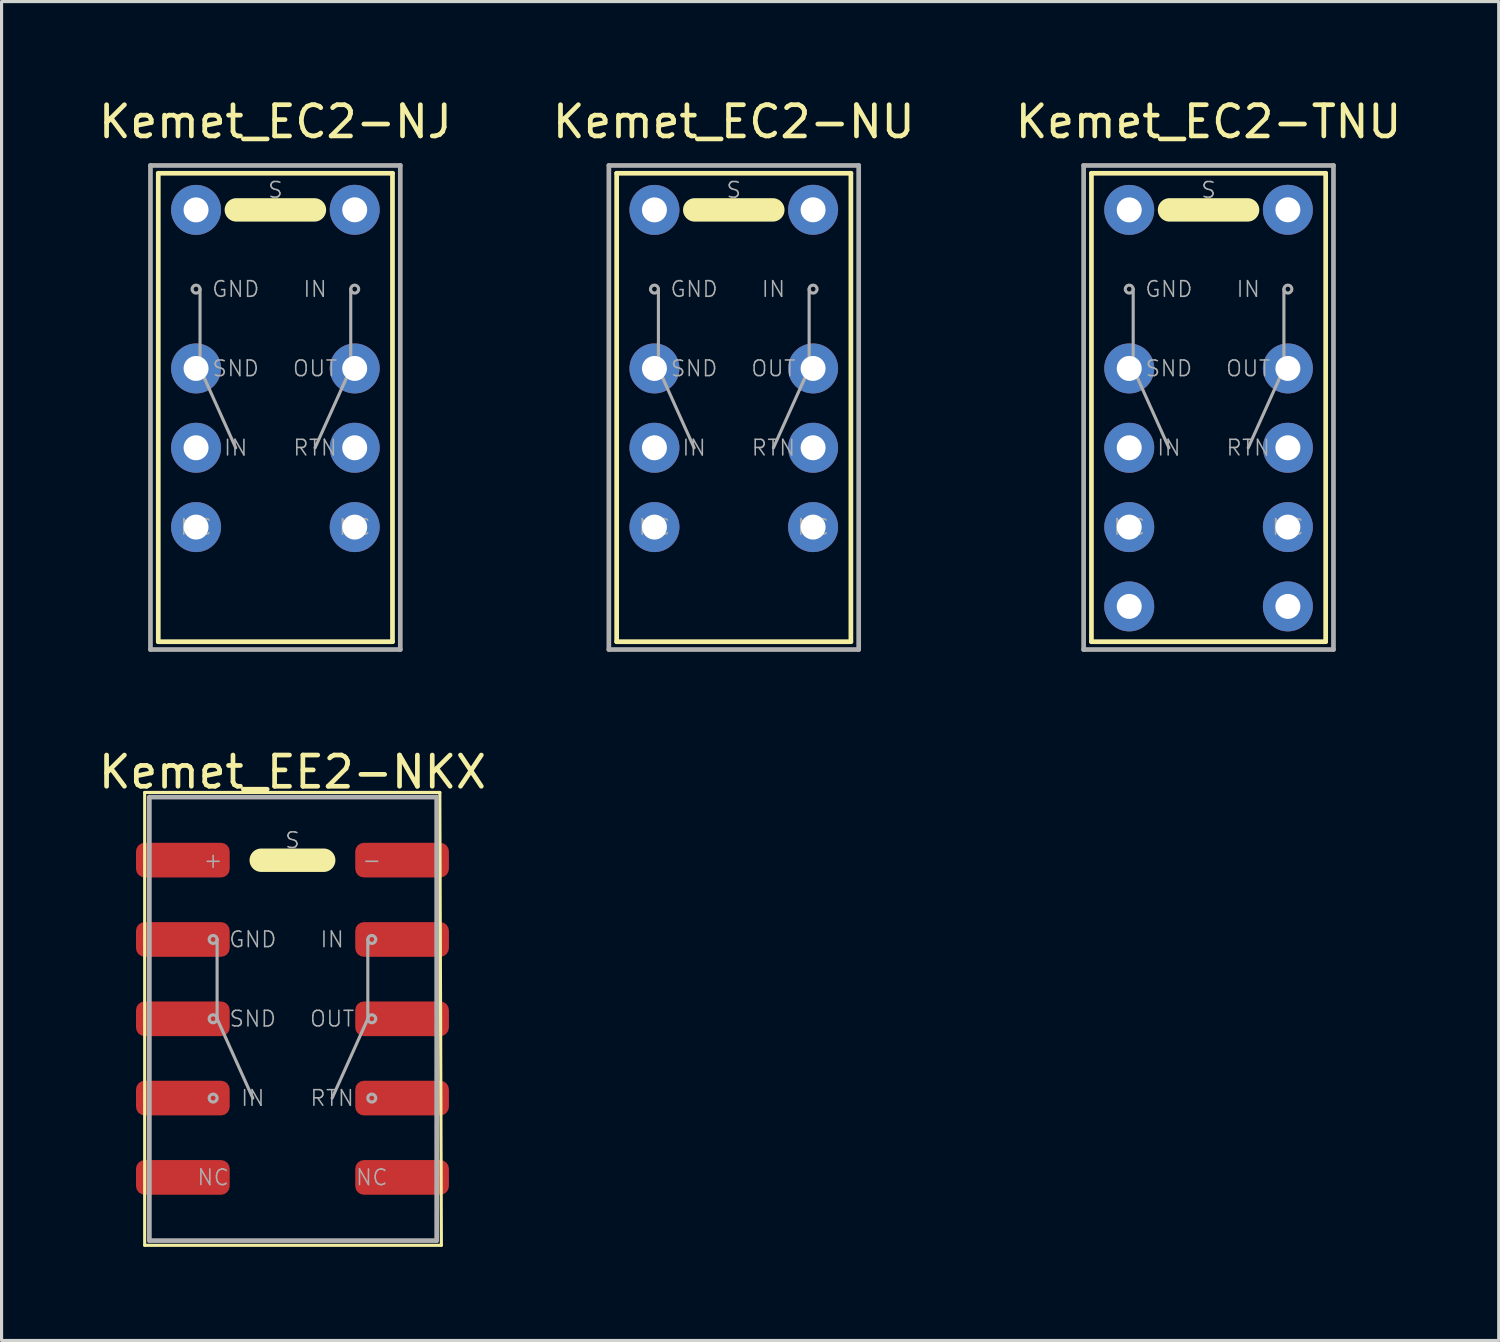
<source format=kicad_pcb>
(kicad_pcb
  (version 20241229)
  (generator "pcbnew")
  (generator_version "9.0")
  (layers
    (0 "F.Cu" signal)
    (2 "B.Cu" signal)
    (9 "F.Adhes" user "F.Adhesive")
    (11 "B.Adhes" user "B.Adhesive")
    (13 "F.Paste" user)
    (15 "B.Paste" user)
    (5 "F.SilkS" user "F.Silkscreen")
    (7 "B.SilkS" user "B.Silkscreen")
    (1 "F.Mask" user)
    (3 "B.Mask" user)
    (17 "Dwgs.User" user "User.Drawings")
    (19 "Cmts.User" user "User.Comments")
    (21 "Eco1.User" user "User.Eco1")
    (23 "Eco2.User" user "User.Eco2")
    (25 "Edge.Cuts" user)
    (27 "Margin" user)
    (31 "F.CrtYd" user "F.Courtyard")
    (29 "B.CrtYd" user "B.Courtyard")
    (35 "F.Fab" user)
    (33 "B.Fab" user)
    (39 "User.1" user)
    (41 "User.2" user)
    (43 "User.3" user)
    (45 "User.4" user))
  (footprint "Kemet_EE2-NKX"
    (layer "F.Cu")
    (at 6.315 29.572)
    (property "Reference" "Kemet_EE2-NKX" (at 0 -7.9 0) (layer "F.SilkS") (effects (font (size 1 1) (thickness 0.15))))
    (attr through_hole)
    (fp_line (start -4.732 -7.247) (end -4.732 7.253) (stroke (width 0.1) (type solid)) (layer "F.SilkS"))
    (fp_line (start 1 -5.077) (end -1 -5.077) (stroke (width 0.75) (type solid)) (layer "F.SilkS"))
    (fp_line (start 4.718 -7.247) (end -4.732 -7.247) (stroke (width 0.1) (type solid)) (layer "F.SilkS"))
    (fp_line (start 4.718 -7.247) (end 4.768 7.253) (stroke (width 0.1) (type solid)) (layer "F.SilkS"))
    (fp_line (start 4.768 7.253) (end -4.732 7.253) (stroke (width 0.1) (type solid)) (layer "F.SilkS"))
    (fp_line (start -4.582 -7.097) (end -4.582 7.103) (stroke (width 0.15) (type solid)) (layer "F.Fab"))
    (fp_line (start -4.582 7.103) (end 4.618 7.103) (stroke (width 0.15) (type solid)) (layer "F.Fab"))
    (fp_line (start -2.413 0) (end -2.413 -2.54) (stroke (width 0.1) (type solid)) (layer "F.Fab"))
    (fp_line (start -2.413 0) (end -1.27 2.54) (stroke (width 0.1) (type solid)) (layer "F.Fab"))
    (fp_line (start 2.413 0) (end 1.27 2.54) (stroke (width 0.1) (type solid)) (layer "F.Fab"))
    (fp_line (start 2.413 0) (end 2.413 -2.54) (stroke (width 0.1) (type solid)) (layer "F.Fab"))
    (fp_line (start 4.618 -7.097) (end -4.582 -7.097) (stroke (width 0.15) (type solid)) (layer "F.Fab"))
    (fp_line (start 4.618 7.103) (end 4.618 -7.097) (stroke (width 0.15) (type solid)) (layer "F.Fab"))
    (fp_circle (center -2.54 -2.54) (end -2.54 -2.413) (stroke (width 0.1) (type solid)) (fill no) (layer "F.Fab"))
    (fp_circle (center -2.54 0) (end -2.54 -0.127) (stroke (width 0.1) (type solid)) (fill no) (layer "F.Fab"))
    (fp_circle (center -2.54 2.54) (end -2.54 2.413) (stroke (width 0.1) (type solid)) (fill no) (layer "F.Fab"))
    (fp_circle (center 2.54 -2.54) (end 2.54 -2.667) (stroke (width 0.1) (type solid)) (fill no) (layer "F.Fab"))
    (fp_circle (center 2.54 0) (end 2.54 -0.127) (stroke (width 0.1) (type solid)) (fill no) (layer "F.Fab"))
    (fp_circle (center 2.54 2.54) (end 2.54 2.413) (stroke (width 0.1) (type solid)) (fill no) (layer "F.Fab"))
    (fp_text user "OUT" (at 1.27 0 0) (layer "F.Fab") (effects (font (size 0.5 0.5) (thickness 0.05))))
    (fp_text user "NC" (at 2.54 5.08 0) (layer "F.Fab") (effects (font (size 0.5 0.5) (thickness 0.05))))
    (fp_text user "IN" (at -1.27 2.54 0) (layer "F.Fab") (effects (font (size 0.5 0.5) (thickness 0.05))))
    (fp_text user "RTN" (at 1.27 2.54 0) (layer "F.Fab") (effects (font (size 0.5 0.5) (thickness 0.05))))
    (fp_text user "+" (at -2.54 -5.08 0) (layer "F.Fab") (effects (font (size 0.5 0.5) (thickness 0.05))))
    (fp_text user "SND" (at -1.27 0 0) (layer "F.Fab") (effects (font (size 0.5 0.5) (thickness 0.05))))
    (fp_text user "IN" (at 1.27 -2.54 0) (layer "F.Fab") (effects (font (size 0.5 0.5) (thickness 0.05))))
    (fp_text user "-" (at 2.54 -5.08 0) (layer "F.Fab") (effects (font (size 0.5 0.5) (thickness 0.05))))
    (fp_text user "NC" (at -2.54 5.08 0) (layer "F.Fab") (effects (font (size 0.5 0.5) (thickness 0.05))))
    (fp_text user "GND" (at -1.27 -2.54 0) (layer "F.Fab") (effects (font (size 0.5 0.5) (thickness 0.05))))
    (fp_text user "S" (at 0 -5.715 0) (layer "F.Fab") (effects (font (size 0.5 0.5) (thickness 0.05))))
    (pad "1" smd roundrect (at -3.51 -5.08) (size 3 1.11) (layers "F.Cu" "F.Mask" "F.Paste") (roundrect_rratio 0.25))
    (pad "2" smd roundrect (at -3.51 -2.54) (size 3 1.11) (layers "F.Cu" "F.Mask" "F.Paste") (roundrect_rratio 0.25))
    (pad "3" smd roundrect (at -3.51 0) (size 3 1.11) (layers "F.Cu" "F.Mask" "F.Paste") (roundrect_rratio 0.25))
    (pad "4" smd roundrect (at -3.51 2.54) (size 3 1.11) (layers "F.Cu" "F.Mask" "F.Paste") (roundrect_rratio 0.25))
    (pad "5" smd roundrect (at -3.51 5.08) (size 3 1.11) (layers "F.Cu" "F.Mask" "F.Paste") (roundrect_rratio 0.25))
    (pad "6" smd roundrect (at 3.51 5.08) (size 3 1.11) (layers "F.Cu" "F.Mask" "F.Paste") (roundrect_rratio 0.25))
    (pad "7" smd roundrect (at 3.51 2.54) (size 3 1.11) (layers "F.Cu" "F.Mask" "F.Paste") (roundrect_rratio 0.25))
    (pad "8" smd roundrect (at 3.51 0) (size 3 1.11) (layers "F.Cu" "F.Mask" "F.Paste") (roundrect_rratio 0.25))
    (pad "9" smd roundrect (at 3.51 -2.54) (size 3 1.11) (layers "F.Cu" "F.Mask" "F.Paste") (roundrect_rratio 0.25))
    (pad "10" smd roundrect (at 3.51 -5.08) (size 3 1.11) (layers "F.Cu" "F.Mask" "F.Paste") (roundrect_rratio 0.25)))
  (footprint "Kemet_EC2-NU"
    (layer "F.Cu")
    (at 20.446 8.748)
    (property "Reference" "Kemet_EC2-NU" (at 0 -7.9 0) (layer "F.SilkS") (effects (font (size 1 1) (thickness 0.15))))
    (attr through_hole)
    (fp_line (start -3.75 -6.25) (end 3.75 -6.25) (stroke (width 0.15) (type solid)) (layer "F.SilkS"))
    (fp_line (start -3.75 8.75) (end -3.75 -6.25) (stroke (width 0.15) (type solid)) (layer "F.SilkS"))
    (fp_line (start 1.25 -5.077) (end -1.25 -5.077) (stroke (width 0.75) (type solid)) (layer "F.SilkS"))
    (fp_line (start 3.75 -6.25) (end 3.75 8.75) (stroke (width 0.15) (type solid)) (layer "F.SilkS"))
    (fp_line (start 3.75 8.75) (end -3.75 8.75) (stroke (width 0.15) (type solid)) (layer "F.SilkS"))
    (fp_line (start -4 -6.5) (end -4 9) (stroke (width 0.15) (type solid)) (layer "F.Fab"))
    (fp_line (start -4 9) (end 4 9) (stroke (width 0.15) (type solid)) (layer "F.Fab"))
    (fp_line (start -2.413 0) (end -2.413 -2.54) (stroke (width 0.1) (type solid)) (layer "F.Fab"))
    (fp_line (start -2.413 0) (end -1.27 2.54) (stroke (width 0.1) (type solid)) (layer "F.Fab"))
    (fp_line (start 2.413 0) (end 1.27 2.54) (stroke (width 0.1) (type solid)) (layer "F.Fab"))
    (fp_line (start 2.413 0) (end 2.413 -2.54) (stroke (width 0.1) (type solid)) (layer "F.Fab"))
    (fp_line (start 4 -6.5) (end -4 -6.5) (stroke (width 0.15) (type solid)) (layer "F.Fab"))
    (fp_line (start 4 9) (end 4 -6.5) (stroke (width 0.15) (type solid)) (layer "F.Fab"))
    (fp_circle (center -2.54 -2.54) (end -2.54 -2.413) (stroke (width 0.1) (type solid)) (fill no) (layer "F.Fab"))
    (fp_circle (center -2.54 0) (end -2.54 -0.127) (stroke (width 0.1) (type solid)) (fill no) (layer "F.Fab"))
    (fp_circle (center -2.54 2.54) (end -2.54 2.413) (stroke (width 0.1) (type solid)) (fill no) (layer "F.Fab"))
    (fp_circle (center 2.54 -2.54) (end 2.54 -2.667) (stroke (width 0.1) (type solid)) (fill no) (layer "F.Fab"))
    (fp_circle (center 2.54 0) (end 2.54 -0.127) (stroke (width 0.1) (type solid)) (fill no) (layer "F.Fab"))
    (fp_circle (center 2.54 2.54) (end 2.54 2.413) (stroke (width 0.1) (type solid)) (fill no) (layer "F.Fab"))
    (fp_text user "+" (at -2.54 -5.08 0) (layer "F.Fab") (effects (font (size 0.5 0.5) (thickness 0.05))))
    (fp_text user "GND" (at -1.27 -2.54 0) (layer "F.Fab") (effects (font (size 0.5 0.5) (thickness 0.05))))
    (fp_text user "-" (at 2.54 -5.08 0) (layer "F.Fab") (effects (font (size 0.5 0.5) (thickness 0.05))))
    (fp_text user "S" (at 0 -5.715 0) (layer "F.Fab") (effects (font (size 0.5 0.5) (thickness 0.05))))
    (fp_text user "OUT" (at 1.27 0 0) (layer "F.Fab") (effects (font (size 0.5 0.5) (thickness 0.05))))
    (fp_text user "IN" (at -1.27 2.54 0) (layer "F.Fab") (effects (font (size 0.5 0.5) (thickness 0.05))))
    (fp_text user "SND" (at -1.27 0 0) (layer "F.Fab") (effects (font (size 0.5 0.5) (thickness 0.05))))
    (fp_text user "IN" (at 1.27 -2.54 0) (layer "F.Fab") (effects (font (size 0.5 0.5) (thickness 0.05))))
    (fp_text user "NC" (at -2.54 5.08 0) (layer "F.Fab") (effects (font (size 0.5 0.5) (thickness 0.05))))
    (fp_text user "RTN" (at 1.27 2.54 0) (layer "F.Fab") (effects (font (size 0.5 0.5) (thickness 0.05))))
    (fp_text user "NC" (at 2.54 5.08 0) (layer "F.Fab") (effects (font (size 0.5 0.5) (thickness 0.05))))
    (pad "1" thru_hole circle (at -2.54 -5.077) (size 1.6 1.6) (drill 0.8) (layers "*.Cu" "*.Mask"))
    (pad "3" thru_hole circle (at -2.54 0) (size 1.6 1.6) (drill 0.8) (layers "*.Cu" "*.Mask"))
    (pad "4" thru_hole circle (at -2.54 2.54) (size 1.6 1.6) (drill 0.8) (layers "*.Cu" "*.Mask"))
    (pad "5" thru_hole circle (at -2.54 5.08) (size 1.6 1.6) (drill 0.8) (layers "*.Cu" "*.Mask"))
    (pad "6" thru_hole circle (at 2.54 5.08) (size 1.6 1.6) (drill 0.8) (layers "*.Cu" "*.Mask"))
    (pad "7" thru_hole circle (at 2.54 2.54) (size 1.6 1.6) (drill 0.8) (layers "*.Cu" "*.Mask"))
    (pad "8" thru_hole circle (at 2.54 0) (size 1.6 1.6) (drill 0.8) (layers "*.Cu" "*.Mask"))
    (pad "10" thru_hole circle (at 2.54 -5.08) (size 1.6 1.6) (drill 0.8) (layers "*.Cu" "*.Mask")))
  (footprint "Kemet_EC2-NJ"
    (layer "F.Cu")
    (at 5.768 8.748)
    (property "Reference" "Kemet_EC2-NJ" (at 0 -7.9 0) (layer "F.SilkS") (effects (font (size 1 1) (thickness 0.15))))
    (attr through_hole)
    (fp_line (start -3.75 -6.25) (end 3.75 -6.25) (stroke (width 0.15) (type solid)) (layer "F.SilkS"))
    (fp_line (start -3.75 8.75) (end -3.75 -6.25) (stroke (width 0.15) (type solid)) (layer "F.SilkS"))
    (fp_line (start 1.25 -5.077) (end -1.25 -5.077) (stroke (width 0.75) (type solid)) (layer "F.SilkS"))
    (fp_line (start 3.75 -6.25) (end 3.75 8.75) (stroke (width 0.15) (type solid)) (layer "F.SilkS"))
    (fp_line (start 3.75 8.75) (end -3.75 8.75) (stroke (width 0.15) (type solid)) (layer "F.SilkS"))
    (fp_line (start -4 -6.5) (end -4 9) (stroke (width 0.15) (type solid)) (layer "F.Fab"))
    (fp_line (start -4 9) (end 4 9) (stroke (width 0.15) (type solid)) (layer "F.Fab"))
    (fp_line (start -2.413 0) (end -2.413 -2.54) (stroke (width 0.1) (type solid)) (layer "F.Fab"))
    (fp_line (start -2.413 0) (end -1.27 2.54) (stroke (width 0.1) (type solid)) (layer "F.Fab"))
    (fp_line (start 2.413 0) (end 1.27 2.54) (stroke (width 0.1) (type solid)) (layer "F.Fab"))
    (fp_line (start 2.413 0) (end 2.413 -2.54) (stroke (width 0.1) (type solid)) (layer "F.Fab"))
    (fp_line (start 4 -6.5) (end -4 -6.5) (stroke (width 0.15) (type solid)) (layer "F.Fab"))
    (fp_line (start 4 9) (end 4 -6.5) (stroke (width 0.15) (type solid)) (layer "F.Fab"))
    (fp_circle (center -2.54 -2.54) (end -2.54 -2.413) (stroke (width 0.1) (type solid)) (fill no) (layer "F.Fab"))
    (fp_circle (center -2.54 0) (end -2.54 -0.127) (stroke (width 0.1) (type solid)) (fill no) (layer "F.Fab"))
    (fp_circle (center -2.54 2.54) (end -2.54 2.413) (stroke (width 0.1) (type solid)) (fill no) (layer "F.Fab"))
    (fp_circle (center 2.54 -2.54) (end 2.54 -2.667) (stroke (width 0.1) (type solid)) (fill no) (layer "F.Fab"))
    (fp_circle (center 2.54 0) (end 2.54 -0.127) (stroke (width 0.1) (type solid)) (fill no) (layer "F.Fab"))
    (fp_circle (center 2.54 2.54) (end 2.54 2.413) (stroke (width 0.1) (type solid)) (fill no) (layer "F.Fab"))
    (fp_text user "OUT" (at 1.27 0 0) (layer "F.Fab") (effects (font (size 0.5 0.5) (thickness 0.05))))
    (fp_text user "IN" (at -1.27 2.54 0) (layer "F.Fab") (effects (font (size 0.5 0.5) (thickness 0.05))))
    (fp_text user "NC" (at 2.54 5.08 0) (layer "F.Fab") (effects (font (size 0.5 0.5) (thickness 0.05))))
    (fp_text user "+" (at -2.54 -5.08 0) (layer "F.Fab") (effects (font (size 0.5 0.5) (thickness 0.05))))
    (fp_text user "GND" (at -1.27 -2.54 0) (layer "F.Fab") (effects (font (size 0.5 0.5) (thickness 0.05))))
    (fp_text user "SND" (at -1.27 0 0) (layer "F.Fab") (effects (font (size 0.5 0.5) (thickness 0.05))))
    (fp_text user "S" (at 0 -5.715 0) (layer "F.Fab") (effects (font (size 0.5 0.5) (thickness 0.05))))
    (fp_text user "NC" (at -2.54 5.08 0) (layer "F.Fab") (effects (font (size 0.5 0.5) (thickness 0.05))))
    (fp_text user "IN" (at 1.27 -2.54 0) (layer "F.Fab") (effects (font (size 0.5 0.5) (thickness 0.05))))
    (fp_text user "-" (at 2.54 -5.08 0) (layer "F.Fab") (effects (font (size 0.5 0.5) (thickness 0.05))))
    (fp_text user "RTN" (at 1.27 2.54 0) (layer "F.Fab") (effects (font (size 0.5 0.5) (thickness 0.05))))
    (pad "1" thru_hole circle (at -2.54 -5.077) (size 1.6 1.6) (drill 0.8) (layers "*.Cu" "*.Mask"))
    (pad "3" thru_hole circle (at -2.54 0) (size 1.6 1.6) (drill 0.8) (layers "*.Cu" "*.Mask"))
    (pad "4" thru_hole circle (at -2.54 2.54) (size 1.6 1.6) (drill 0.8) (layers "*.Cu" "*.Mask"))
    (pad "5" thru_hole circle (at -2.54 5.08) (size 1.6 1.6) (drill 0.8) (layers "*.Cu" "*.Mask"))
    (pad "6" thru_hole circle (at 2.54 5.08) (size 1.6 1.6) (drill 0.8) (layers "*.Cu" "*.Mask"))
    (pad "7" thru_hole circle (at 2.54 2.54) (size 1.6 1.6) (drill 0.8) (layers "*.Cu" "*.Mask"))
    (pad "8" thru_hole circle (at 2.54 0) (size 1.6 1.6) (drill 0.8) (layers "*.Cu" "*.Mask"))
    (pad "10" thru_hole circle (at 2.54 -5.08) (size 1.6 1.6) (drill 0.8) (layers "*.Cu" "*.Mask")))
  (footprint "Kemet_EC2-TNU"
    (layer "F.Cu")
    (at 35.649 8.748)
    (property "Reference" "Kemet_EC2-TNU" (at 0 -7.9 0) (layer "F.SilkS") (effects (font (size 1 1) (thickness 0.15))))
    (attr through_hole)
    (fp_line (start -3.75 -6.25) (end 3.75 -6.25) (stroke (width 0.15) (type solid)) (layer "F.SilkS"))
    (fp_line (start -3.75 8.75) (end -3.75 -6.25) (stroke (width 0.15) (type solid)) (layer "F.SilkS"))
    (fp_line (start 1.25 -5.077) (end -1.25 -5.077) (stroke (width 0.75) (type solid)) (layer "F.SilkS"))
    (fp_line (start 3.75 -6.25) (end 3.75 8.75) (stroke (width 0.15) (type solid)) (layer "F.SilkS"))
    (fp_line (start 3.75 8.75) (end -3.75 8.75) (stroke (width 0.15) (type solid)) (layer "F.SilkS"))
    (fp_line (start -4 -6.5) (end -4 9) (stroke (width 0.15) (type solid)) (layer "F.Fab"))
    (fp_line (start -4 9) (end 4 9) (stroke (width 0.15) (type solid)) (layer "F.Fab"))
    (fp_line (start -2.413 0) (end -2.413 -2.54) (stroke (width 0.1) (type solid)) (layer "F.Fab"))
    (fp_line (start -2.413 0) (end -1.27 2.54) (stroke (width 0.1) (type solid)) (layer "F.Fab"))
    (fp_line (start 2.413 0) (end 1.27 2.54) (stroke (width 0.1) (type solid)) (layer "F.Fab"))
    (fp_line (start 2.413 0) (end 2.413 -2.54) (stroke (width 0.1) (type solid)) (layer "F.Fab"))
    (fp_line (start 4 -6.5) (end -4 -6.5) (stroke (width 0.15) (type solid)) (layer "F.Fab"))
    (fp_line (start 4 9) (end 4 -6.5) (stroke (width 0.15) (type solid)) (layer "F.Fab"))
    (fp_circle (center -2.54 -2.54) (end -2.54 -2.413) (stroke (width 0.1) (type solid)) (fill no) (layer "F.Fab"))
    (fp_circle (center -2.54 0) (end -2.54 -0.127) (stroke (width 0.1) (type solid)) (fill no) (layer "F.Fab"))
    (fp_circle (center -2.54 2.54) (end -2.54 2.413) (stroke (width 0.1) (type solid)) (fill no) (layer "F.Fab"))
    (fp_circle (center 2.54 -2.54) (end 2.54 -2.667) (stroke (width 0.1) (type solid)) (fill no) (layer "F.Fab"))
    (fp_circle (center 2.54 0) (end 2.54 -0.127) (stroke (width 0.1) (type solid)) (fill no) (layer "F.Fab"))
    (fp_circle (center 2.54 2.54) (end 2.54 2.413) (stroke (width 0.1) (type solid)) (fill no) (layer "F.Fab"))
    (fp_text user "RTN" (at 1.27 2.54 0) (layer "F.Fab") (effects (font (size 0.5 0.5) (thickness 0.05))))
    (fp_text user "+" (at -2.54 -5.08 0) (layer "F.Fab") (effects (font (size 0.5 0.5) (thickness 0.05))))
    (fp_text user "SND" (at -1.27 0 0) (layer "F.Fab") (effects (font (size 0.5 0.5) (thickness 0.05))))
    (fp_text user "NC" (at 2.54 5.08 0) (layer "F.Fab") (effects (font (size 0.5 0.5) (thickness 0.05))))
    (fp_text user "NC" (at -2.54 5.08 0) (layer "F.Fab") (effects (font (size 0.5 0.5) (thickness 0.05))))
    (fp_text user "OUT" (at 1.27 0 0) (layer "F.Fab") (effects (font (size 0.5 0.5) (thickness 0.05))))
    (fp_text user "S" (at 0 -5.715 0) (layer "F.Fab") (effects (font (size 0.5 0.5) (thickness 0.05))))
    (fp_text user "-" (at 2.54 -5.08 0) (layer "F.Fab") (effects (font (size 0.5 0.5) (thickness 0.05))))
    (fp_text user "GND" (at -1.27 -2.54 0) (layer "F.Fab") (effects (font (size 0.5 0.5) (thickness 0.05))))
    (fp_text user "IN" (at -1.27 2.54 0) (layer "F.Fab") (effects (font (size 0.5 0.5) (thickness 0.05))))
    (fp_text user "IN" (at 1.27 -2.54 0) (layer "F.Fab") (effects (font (size 0.5 0.5) (thickness 0.05))))
    (pad "1" thru_hole circle (at -2.54 -5.077) (size 1.6 1.6) (drill 0.8) (layers "*.Cu" "*.Mask"))
    (pad "3" thru_hole circle (at -2.54 0) (size 1.6 1.6) (drill 0.8) (layers "*.Cu" "*.Mask"))
    (pad "4" thru_hole circle (at -2.54 2.54) (size 1.6 1.6) (drill 0.8) (layers "*.Cu" "*.Mask"))
    (pad "5" thru_hole circle (at -2.54 5.08) (size 1.6 1.6) (drill 0.8) (layers "*.Cu" "*.Mask"))
    (pad "5" thru_hole circle (at -2.54 7.62) (size 1.6 1.6) (drill 0.8) (layers "*.Cu" "*.Mask"))
    (pad "6" thru_hole circle (at 2.54 5.08) (size 1.6 1.6) (drill 0.8) (layers "*.Cu" "*.Mask"))
    (pad "6" thru_hole circle (at 2.54 7.62) (size 1.6 1.6) (drill 0.8) (layers "*.Cu" "*.Mask"))
    (pad "7" thru_hole circle (at 2.54 2.54) (size 1.6 1.6) (drill 0.8) (layers "*.Cu" "*.Mask"))
    (pad "8" thru_hole circle (at 2.54 0) (size 1.6 1.6) (drill 0.8) (layers "*.Cu" "*.Mask"))
    (pad "10" thru_hole circle (at 2.54 -5.08) (size 1.6 1.6) (drill 0.8) (layers "*.Cu" "*.Mask")))
  (gr_rect
    (start -3 -3)
    (end 44.94 39.874)
    (stroke (width 0.1) (type default))
    (fill no)
    (layer "Edge.Cuts")))
</source>
